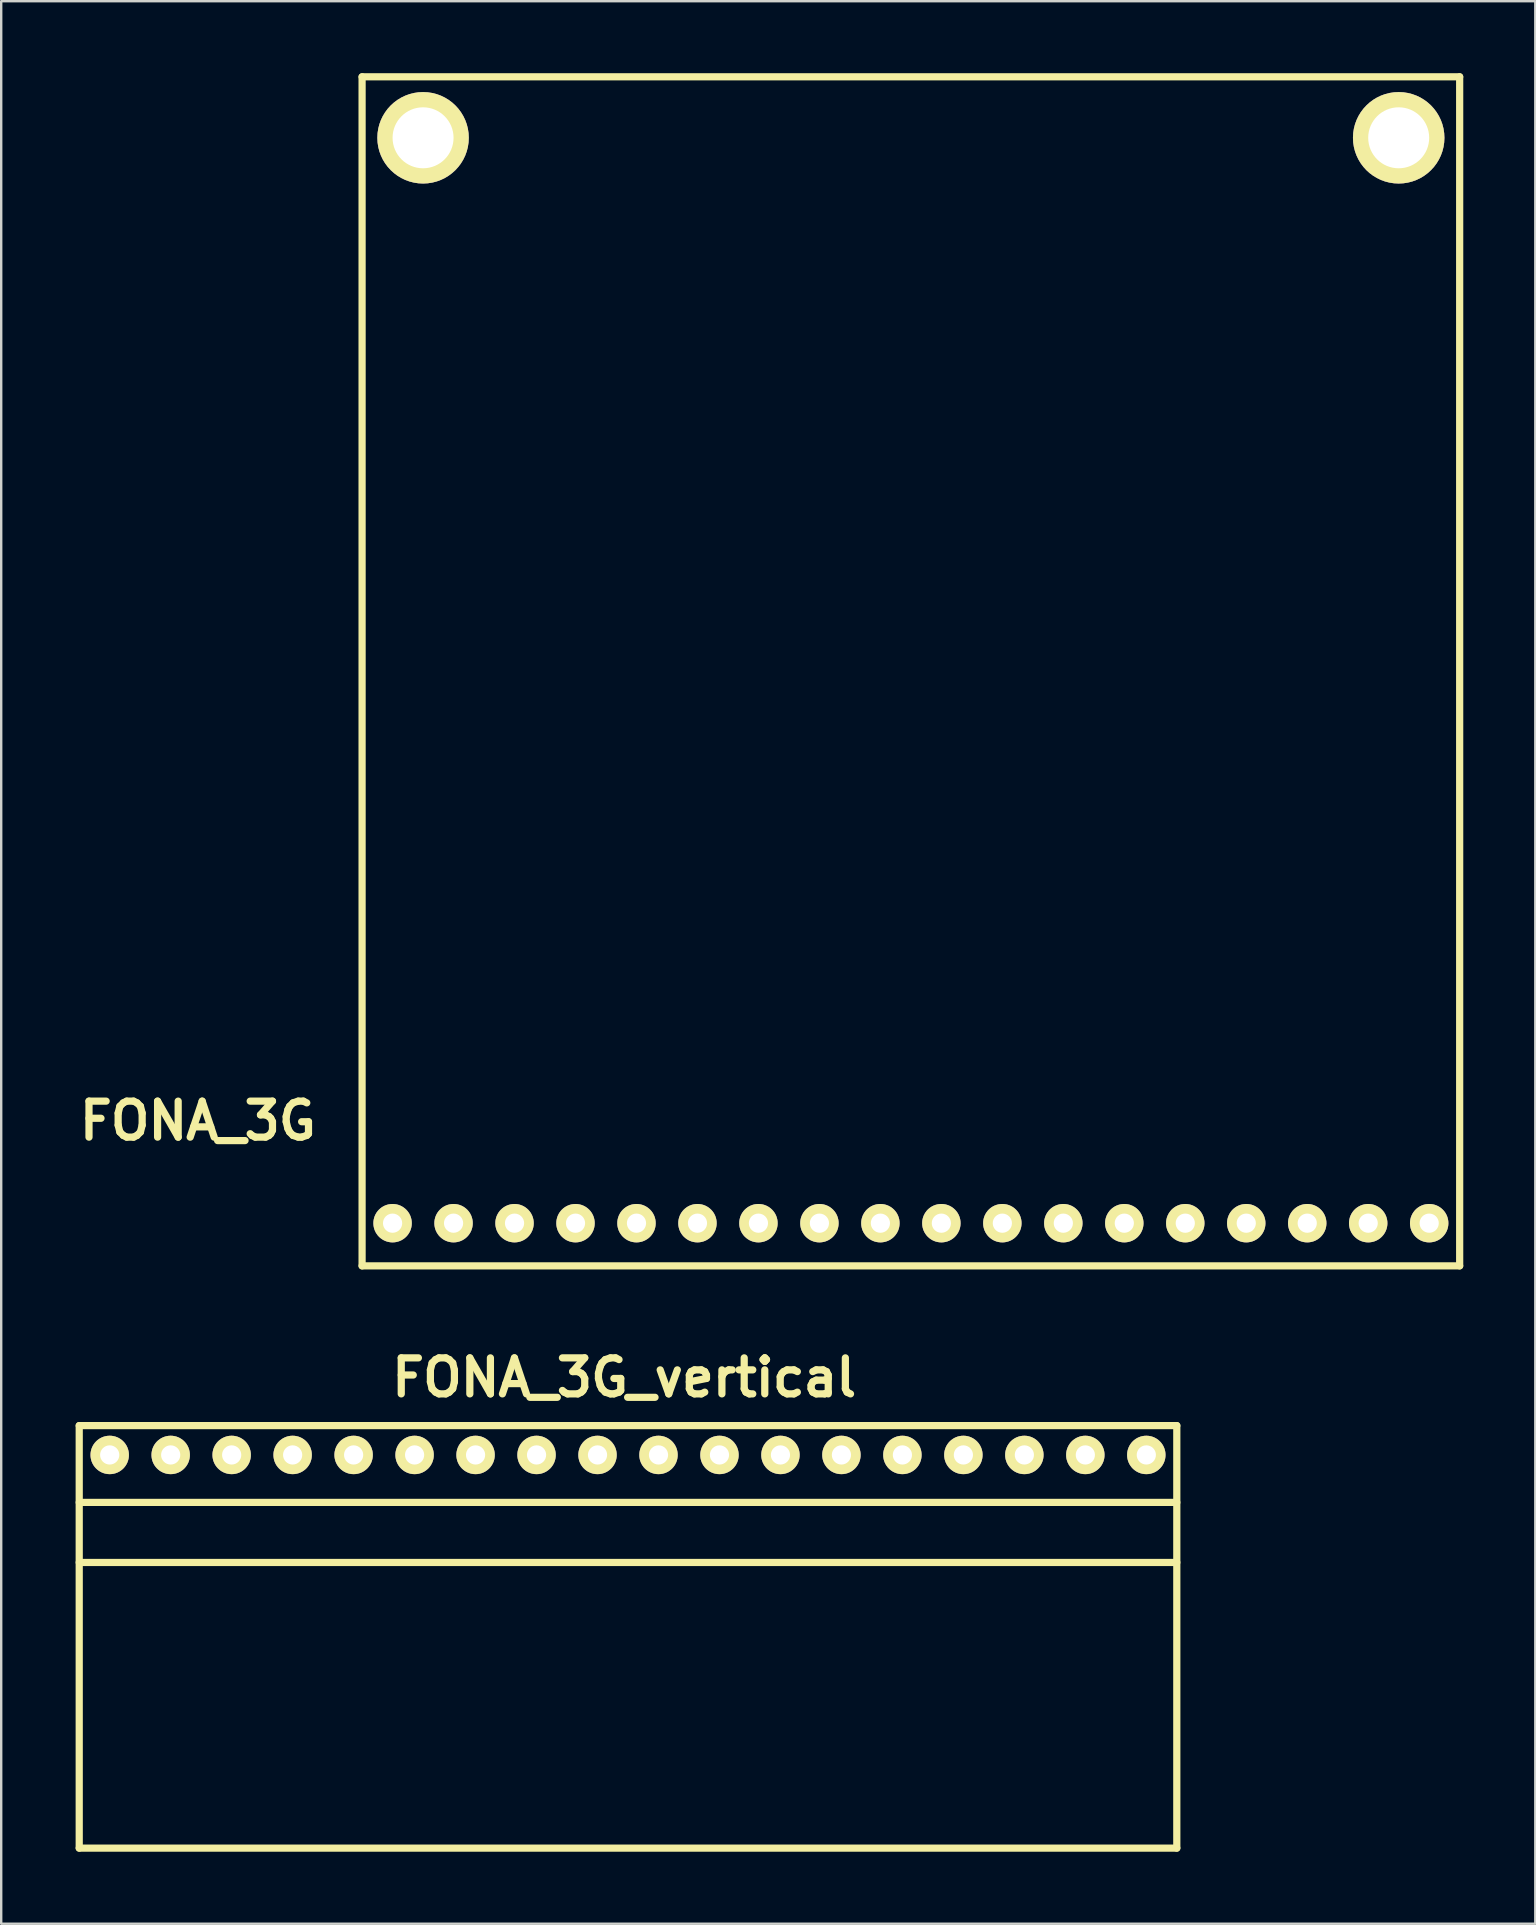
<source format=kicad_pcb>
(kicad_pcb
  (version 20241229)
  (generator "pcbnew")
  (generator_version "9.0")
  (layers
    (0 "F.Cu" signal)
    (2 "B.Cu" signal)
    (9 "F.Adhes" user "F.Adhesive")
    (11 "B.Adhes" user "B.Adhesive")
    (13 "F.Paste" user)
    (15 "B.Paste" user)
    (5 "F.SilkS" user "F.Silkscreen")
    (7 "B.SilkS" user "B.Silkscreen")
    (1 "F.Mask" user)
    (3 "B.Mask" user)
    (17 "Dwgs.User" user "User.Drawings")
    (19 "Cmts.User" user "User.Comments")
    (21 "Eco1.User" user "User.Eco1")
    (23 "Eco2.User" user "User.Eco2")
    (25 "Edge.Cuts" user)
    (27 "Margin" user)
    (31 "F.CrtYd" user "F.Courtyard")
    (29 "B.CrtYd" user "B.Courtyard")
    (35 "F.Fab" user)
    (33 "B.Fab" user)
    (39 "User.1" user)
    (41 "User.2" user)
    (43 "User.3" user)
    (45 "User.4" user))
  (footprint "FONA_3G_vertical"
    (layer "F.Cu")
    (at 0.25 59.334)
    (property "Reference" "FONA_3G_vertical" (at 22.7 -5 0) (layer "F.SilkS") (effects (font (size 1.5 1.5) (thickness 0.3))))
    (attr through_hole)
    (fp_line (start 0 -3) (end 45.72 -3) (stroke (width 0.3) (type solid)) (layer "F.SilkS"))
    (fp_line (start 0 2.7) (end 45.72 2.7) (stroke (width 0.3) (type solid)) (layer "F.SilkS"))
    (fp_line (start 0 14.6) (end 0 -3) (stroke (width 0.3) (type solid)) (layer "F.SilkS"))
    (fp_line (start 0 14.6) (end 45.72 14.6) (stroke (width 0.3) (type solid)) (layer "F.SilkS"))
    (fp_line (start 45.72 -3) (end 45.72 14.6) (stroke (width 0.3) (type solid)) (layer "F.SilkS"))
    (fp_line (start 45.72 0.2) (end 0 0.2) (stroke (width 0.3) (type solid)) (layer "F.SilkS"))
    (pad "1" thru_hole circle (at 1.27 -1.778) (size 1.6 1.6) (drill 0.8) (layers "*.Cu" "*.Mask" "F.SilkS"))
    (pad "2" thru_hole circle (at 3.81 -1.778) (size 1.6 1.6) (drill 0.8) (layers "*.Cu" "*.Mask" "F.SilkS"))
    (pad "3" thru_hole circle (at 6.35 -1.778) (size 1.6 1.6) (drill 0.8) (layers "*.Cu" "*.Mask" "F.SilkS"))
    (pad "4" thru_hole circle (at 8.89 -1.778) (size 1.6 1.6) (drill 0.8) (layers "*.Cu" "*.Mask" "F.SilkS"))
    (pad "5" thru_hole circle (at 11.43 -1.778) (size 1.6 1.6) (drill 0.8) (layers "*.Cu" "*.Mask" "F.SilkS"))
    (pad "6" thru_hole circle (at 13.97 -1.778) (size 1.6 1.6) (drill 0.8) (layers "*.Cu" "*.Mask" "F.SilkS"))
    (pad "7" thru_hole circle (at 16.51 -1.778) (size 1.6 1.6) (drill 0.8) (layers "*.Cu" "*.Mask" "F.SilkS"))
    (pad "8" thru_hole circle (at 19.05 -1.778) (size 1.6 1.6) (drill 0.8) (layers "*.Cu" "*.Mask" "F.SilkS"))
    (pad "9" thru_hole circle (at 21.59 -1.778) (size 1.6 1.6) (drill 0.8) (layers "*.Cu" "*.Mask" "F.SilkS"))
    (pad "10" thru_hole circle (at 24.13 -1.778) (size 1.6 1.6) (drill 0.8) (layers "*.Cu" "*.Mask" "F.SilkS"))
    (pad "11" thru_hole circle (at 26.67 -1.778) (size 1.6 1.6) (drill 0.8) (layers "*.Cu" "*.Mask" "F.SilkS"))
    (pad "12" thru_hole circle (at 29.21 -1.778) (size 1.6 1.6) (drill 0.8) (layers "*.Cu" "*.Mask" "F.SilkS"))
    (pad "13" thru_hole circle (at 31.75 -1.778) (size 1.6 1.6) (drill 0.8) (layers "*.Cu" "*.Mask" "F.SilkS"))
    (pad "14" thru_hole circle (at 34.29 -1.778) (size 1.6 1.6) (drill 0.8) (layers "*.Cu" "*.Mask" "F.SilkS"))
    (pad "15" thru_hole circle (at 36.83 -1.778) (size 1.6 1.6) (drill 0.8) (layers "*.Cu" "*.Mask" "F.SilkS"))
    (pad "16" thru_hole circle (at 39.37 -1.778) (size 1.6 1.6) (drill 0.8) (layers "*.Cu" "*.Mask" "F.SilkS"))
    (pad "17" thru_hole circle (at 41.91 -1.778) (size 1.6 1.6) (drill 0.8) (layers "*.Cu" "*.Mask" "F.SilkS"))
    (pad "18" thru_hole circle (at 44.45 -1.778) (size 1.6 1.6) (drill 0.8) (layers "*.Cu" "*.Mask" "F.SilkS")))
  (footprint "FONA_3G"
    (layer "F.Cu")
    (at 12.033 49.68)
    (property "Reference" "FONA_3G" (at -6.84 -6.04 0) (layer "F.SilkS") (effects (font (size 1.5 1.5) (thickness 0.3))))
    (attr through_hole)
    (fp_line (start 0 -49.53) (end 45.72 -49.53) (stroke (width 0.3) (type solid)) (layer "F.SilkS"))
    (fp_line (start 0 0) (end 0 -49.53) (stroke (width 0.3) (type solid)) (layer "F.SilkS"))
    (fp_line (start 45.72 -49.53) (end 45.72 0) (stroke (width 0.3) (type solid)) (layer "F.SilkS"))
    (fp_line (start 45.72 0) (end 0 0) (stroke (width 0.3) (type solid)) (layer "F.SilkS"))
    (pad "" thru_hole circle (at 2.54 -46.99) (size 3.81 3.81) (drill 2.54) (layers "*.Cu" "*.Mask" "F.SilkS"))
    (pad "" thru_hole circle (at 43.18 -46.99) (size 3.81 3.81) (drill 2.54) (layers "*.Cu" "*.Mask" "F.SilkS"))
    (pad "1" thru_hole circle (at 1.27 -1.778) (size 1.6 1.6) (drill 0.8) (layers "*.Cu" "*.Mask" "F.SilkS"))
    (pad "2" thru_hole circle (at 3.81 -1.778) (size 1.6 1.6) (drill 0.8) (layers "*.Cu" "*.Mask" "F.SilkS"))
    (pad "3" thru_hole circle (at 6.35 -1.778) (size 1.6 1.6) (drill 0.8) (layers "*.Cu" "*.Mask" "F.SilkS"))
    (pad "4" thru_hole circle (at 8.89 -1.778) (size 1.6 1.6) (drill 0.8) (layers "*.Cu" "*.Mask" "F.SilkS"))
    (pad "5" thru_hole circle (at 11.43 -1.778) (size 1.6 1.6) (drill 0.8) (layers "*.Cu" "*.Mask" "F.SilkS"))
    (pad "6" thru_hole circle (at 13.97 -1.778) (size 1.6 1.6) (drill 0.8) (layers "*.Cu" "*.Mask" "F.SilkS"))
    (pad "7" thru_hole circle (at 16.51 -1.778) (size 1.6 1.6) (drill 0.8) (layers "*.Cu" "*.Mask" "F.SilkS"))
    (pad "8" thru_hole circle (at 19.05 -1.778) (size 1.6 1.6) (drill 0.8) (layers "*.Cu" "*.Mask" "F.SilkS"))
    (pad "9" thru_hole circle (at 21.59 -1.778) (size 1.6 1.6) (drill 0.8) (layers "*.Cu" "*.Mask" "F.SilkS"))
    (pad "10" thru_hole circle (at 24.13 -1.778) (size 1.6 1.6) (drill 0.8) (layers "*.Cu" "*.Mask" "F.SilkS"))
    (pad "11" thru_hole circle (at 26.67 -1.778) (size 1.6 1.6) (drill 0.8) (layers "*.Cu" "*.Mask" "F.SilkS"))
    (pad "12" thru_hole circle (at 29.21 -1.778) (size 1.6 1.6) (drill 0.8) (layers "*.Cu" "*.Mask" "F.SilkS"))
    (pad "13" thru_hole circle (at 31.75 -1.778) (size 1.6 1.6) (drill 0.8) (layers "*.Cu" "*.Mask" "F.SilkS"))
    (pad "14" thru_hole circle (at 34.29 -1.778) (size 1.6 1.6) (drill 0.8) (layers "*.Cu" "*.Mask" "F.SilkS"))
    (pad "15" thru_hole circle (at 36.83 -1.778) (size 1.6 1.6) (drill 0.8) (layers "*.Cu" "*.Mask" "F.SilkS"))
    (pad "16" thru_hole circle (at 39.37 -1.778) (size 1.6 1.6) (drill 0.8) (layers "*.Cu" "*.Mask" "F.SilkS"))
    (pad "17" thru_hole circle (at 41.91 -1.778) (size 1.6 1.6) (drill 0.8) (layers "*.Cu" "*.Mask" "F.SilkS"))
    (pad "18" thru_hole circle (at 44.45 -1.778) (size 1.6 1.6) (drill 0.8) (layers "*.Cu" "*.Mask" "F.SilkS")))
  (gr_rect
    (start -3 -3)
    (end 60.903 77.084)
    (stroke (width 0.1) (type default))
    (fill no)
    (layer "Edge.Cuts")))
</source>
